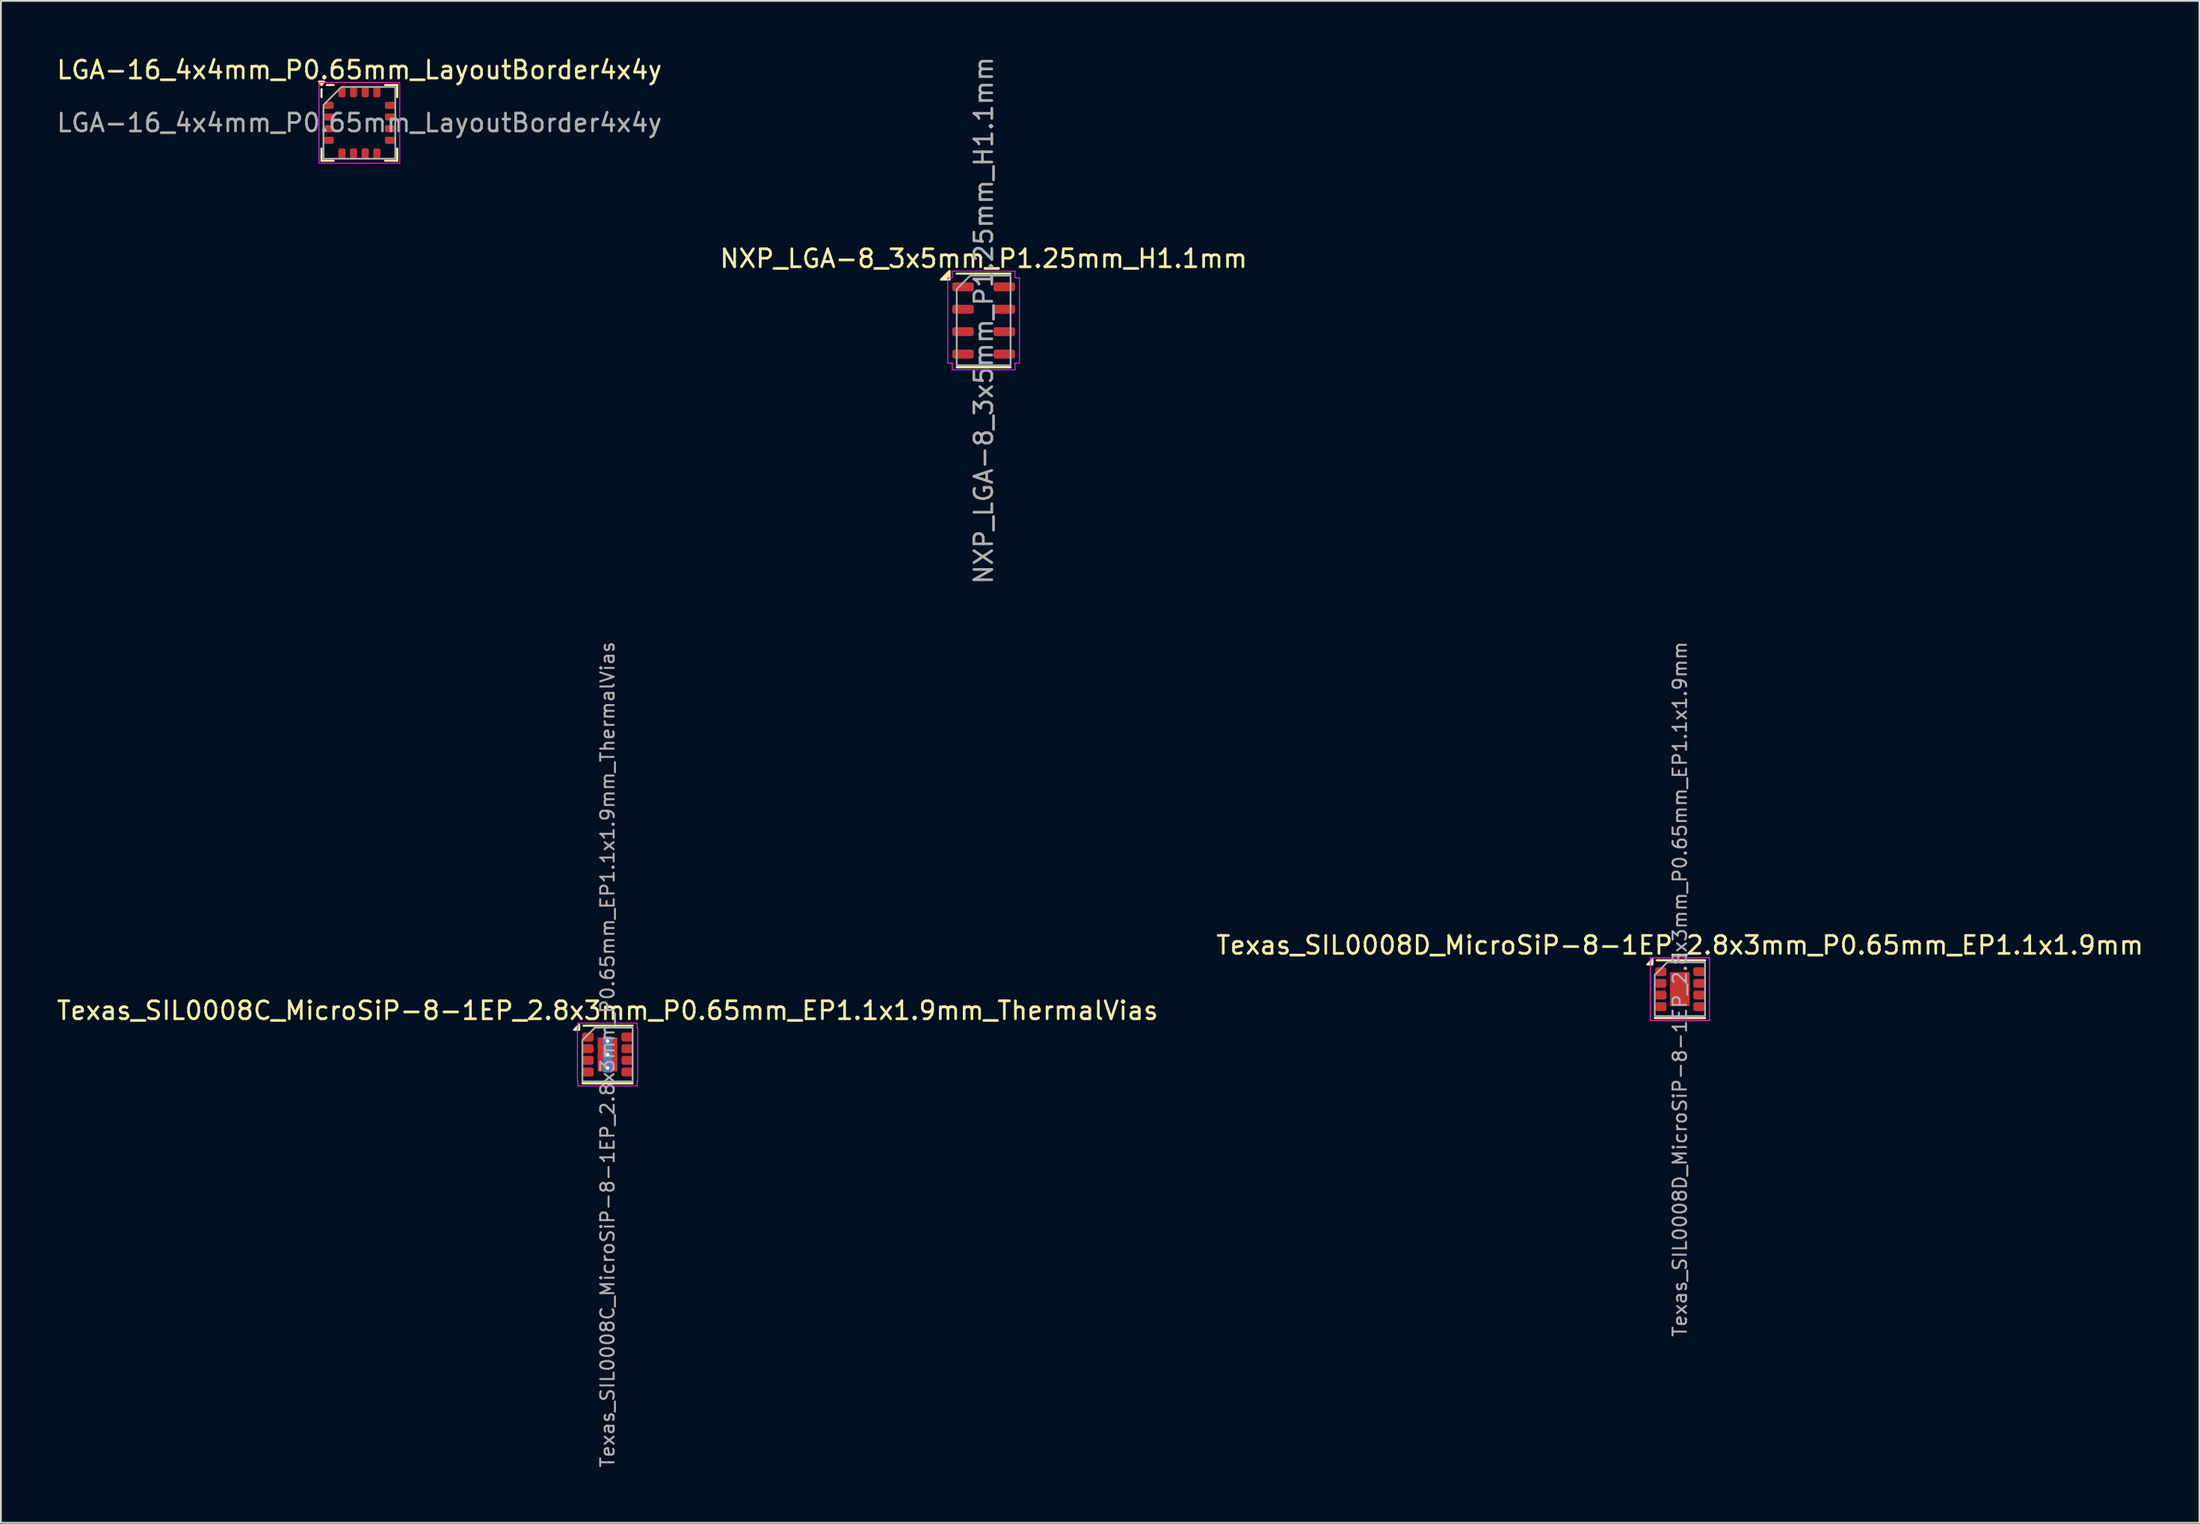
<source format=kicad_pcb>
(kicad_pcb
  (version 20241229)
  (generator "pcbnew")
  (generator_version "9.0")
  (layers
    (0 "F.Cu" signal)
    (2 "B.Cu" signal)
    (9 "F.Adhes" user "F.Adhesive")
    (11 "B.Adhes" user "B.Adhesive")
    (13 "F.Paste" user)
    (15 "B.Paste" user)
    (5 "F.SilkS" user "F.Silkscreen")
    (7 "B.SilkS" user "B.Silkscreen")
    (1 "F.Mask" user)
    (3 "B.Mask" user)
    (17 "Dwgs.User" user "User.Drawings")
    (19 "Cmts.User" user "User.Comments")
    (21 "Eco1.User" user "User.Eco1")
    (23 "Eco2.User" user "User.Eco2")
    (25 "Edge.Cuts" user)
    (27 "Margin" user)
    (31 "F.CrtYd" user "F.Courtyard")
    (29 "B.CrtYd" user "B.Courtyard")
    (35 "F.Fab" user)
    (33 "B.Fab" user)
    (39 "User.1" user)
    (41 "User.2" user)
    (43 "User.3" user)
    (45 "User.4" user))
  (footprint "Texas_SIL0008D_MicroSiP-8-1EP_2.8x3mm_P0.65mm_EP1.1x1.9mm"
    (layer "F.Cu")
    (at 90.589 52.096)
    (property "Reference" "Texas_SIL0008D_MicroSiP-8-1EP_2.8x3mm_P0.65mm_EP1.1x1.9mm" (at 0 -2.45 0) (layer "F.SilkS") (effects (font (size 1 1) (thickness 0.15))))
    (attr smd)
    (fp_line (start -1.4 1.61) (end 1.4 1.61) (stroke (width 0.12) (type solid)) (layer "F.SilkS"))
    (fp_line (start -1.29 -1.61) (end 1.4 -1.61) (stroke (width 0.12) (type solid)) (layer "F.SilkS"))
    (fp_poly (pts (xy -1.53 -1.38) (xy -1.81 -1.38) (xy -1.53 -1.66)) (stroke (width 0.12) (type solid)) (fill yes) (layer "F.SilkS"))
    (fp_rect (start 1.65 1.75) (end -1.65 -1.75) (stroke (width 0.05) (type solid)) (fill no) (layer "F.CrtYd"))
    (fp_poly (pts (xy -1.4 -0.8) (xy -1.4 1.5) (xy 1.4 1.5) (xy 1.4 -1.5) (xy -0.7 -1.5)) (stroke (width 0.1) (type solid)) (fill no) (layer "F.Fab"))
    (fp_text user "${REFERENCE}" (at 0 0 90) (layer "F.Fab") (effects (font (size 0.75 0.75) (thickness 0.11))))
    (pad "" smd roundrect (at 0 -0.63) (size 0.89 0.51) (layers "F.Paste") (roundrect_rratio 0.25))
    (pad "" smd roundrect (at 0 0) (size 0.89 0.51) (layers "F.Paste") (roundrect_rratio 0.25))
    (pad "" smd roundrect (at 0 0.63) (size 0.89 0.51) (layers "F.Paste") (roundrect_rratio 0.25))
    (pad "1" smd roundrect (at -1.062 -0.975) (size 0.625 0.5) (layers "F.Cu" "F.Mask" "F.Paste") (roundrect_rratio 0.25))
    (pad "2" smd roundrect (at -1.062 -0.325) (size 0.625 0.5) (layers "F.Cu" "F.Mask" "F.Paste") (roundrect_rratio 0.25))
    (pad "3" smd roundrect (at -1.062 0.325) (size 0.625 0.5) (layers "F.Cu" "F.Mask" "F.Paste") (roundrect_rratio 0.25))
    (pad "4" smd roundrect (at -1.062 0.975) (size 0.625 0.5) (layers "F.Cu" "F.Mask" "F.Paste") (roundrect_rratio 0.25))
    (pad "5" smd roundrect (at 1.062 0.975) (size 0.625 0.5) (layers "F.Cu" "F.Mask" "F.Paste") (roundrect_rratio 0.25))
    (pad "6" smd roundrect (at 1.062 0.325) (size 0.625 0.5) (layers "F.Cu" "F.Mask" "F.Paste") (roundrect_rratio 0.25))
    (pad "7" smd roundrect (at 1.062 -0.325) (size 0.625 0.5) (layers "F.Cu" "F.Mask" "F.Paste") (roundrect_rratio 0.25))
    (pad "8" smd roundrect (at 1.062 -0.975) (size 0.625 0.5) (layers "F.Cu" "F.Mask" "F.Paste") (roundrect_rratio 0.25))
    (pad "9" smd rect (at 0 0) (size 1.1 1.9) (property pad_prop_heatsink) (layers "F.Cu" "F.Mask")))
  (footprint "Texas_SIL0008C_MicroSiP-8-1EP_2.8x3mm_P0.65mm_EP1.1x1.9mm_ThermalVias"
    (layer "F.Cu")
    (at 30.815 55.739)
    (property "Reference" "Texas_SIL0008C_MicroSiP-8-1EP_2.8x3mm_P0.65mm_EP1.1x1.9mm_ThermalVias" (at 0 -2.45 0) (layer "F.SilkS") (effects (font (size 1 1) (thickness 0.15))))
    (attr smd)
    (fp_line (start -1.4 1.61) (end 1.4 1.61) (stroke (width 0.12) (type solid)) (layer "F.SilkS"))
    (fp_line (start -1.34 -1.61) (end 1.4 -1.61) (stroke (width 0.12) (type solid)) (layer "F.SilkS"))
    (fp_poly (pts (xy -1.58 -1.38) (xy -1.86 -1.38) (xy -1.58 -1.66)) (stroke (width 0.12) (type solid)) (fill yes) (layer "F.SilkS"))
    (fp_line (start -1.68 -1.48) (end -1.65 -1.48) (stroke (width 0.05) (type solid)) (layer "F.CrtYd"))
    (fp_line (start -1.68 1.48) (end -1.68 -1.48) (stroke (width 0.05) (type solid)) (layer "F.CrtYd"))
    (fp_line (start -1.65 -1.75) (end 1.65 -1.75) (stroke (width 0.05) (type solid)) (layer "F.CrtYd"))
    (fp_line (start -1.65 -1.48) (end -1.65 -1.75) (stroke (width 0.05) (type solid)) (layer "F.CrtYd"))
    (fp_line (start -1.65 1.48) (end -1.68 1.48) (stroke (width 0.05) (type solid)) (layer "F.CrtYd"))
    (fp_line (start -1.65 1.75) (end -1.65 1.48) (stroke (width 0.05) (type solid)) (layer "F.CrtYd"))
    (fp_line (start 1.65 -1.75) (end 1.65 -1.48) (stroke (width 0.05) (type solid)) (layer "F.CrtYd"))
    (fp_line (start 1.65 -1.48) (end 1.68 -1.48) (stroke (width 0.05) (type solid)) (layer "F.CrtYd"))
    (fp_line (start 1.65 1.48) (end 1.65 1.75) (stroke (width 0.05) (type solid)) (layer "F.CrtYd"))
    (fp_line (start 1.65 1.75) (end -1.65 1.75) (stroke (width 0.05) (type solid)) (layer "F.CrtYd"))
    (fp_line (start 1.68 -1.48) (end 1.68 1.48) (stroke (width 0.05) (type solid)) (layer "F.CrtYd"))
    (fp_line (start 1.68 1.48) (end 1.65 1.48) (stroke (width 0.05) (type solid)) (layer "F.CrtYd"))
    (fp_poly (pts (xy -1.4 -0.8) (xy -1.4 1.5) (xy 1.4 1.5) (xy 1.4 -1.5) (xy -0.7 -1.5)) (stroke (width 0.1) (type solid)) (fill no) (layer "F.Fab"))
    (fp_text user "${REFERENCE}" (at 0 0 90) (layer "F.Fab") (effects (font (size 0.75 0.75) (thickness 0.11))))
    (pad "" smd roundrect (at 0 -0.475) (size 1.01 0.88) (layers "F.Paste") (roundrect_rratio 0.25))
    (pad "" smd roundrect (at 0 0.475) (size 1.01 0.88) (layers "F.Paste") (roundrect_rratio 0.25))
    (pad "1" smd roundrect (at -1.1 -0.975) (size 0.65 0.5) (layers "F.Cu" "F.Mask" "F.Paste") (roundrect_rratio 0.25))
    (pad "2" smd roundrect (at -1.1 -0.325) (size 0.65 0.5) (layers "F.Cu" "F.Mask" "F.Paste") (roundrect_rratio 0.25))
    (pad "3" smd roundrect (at -1.1 0.325) (size 0.65 0.5) (layers "F.Cu" "F.Mask" "F.Paste") (roundrect_rratio 0.25))
    (pad "4" smd roundrect (at -1.1 0.975) (size 0.65 0.5) (layers "F.Cu" "F.Mask" "F.Paste") (roundrect_rratio 0.25))
    (pad "5" smd roundrect (at 1.1 0.975) (size 0.65 0.5) (layers "F.Cu" "F.Mask" "F.Paste") (roundrect_rratio 0.25))
    (pad "6" smd roundrect (at 1.1 0.325) (size 0.65 0.5) (layers "F.Cu" "F.Mask" "F.Paste") (roundrect_rratio 0.25))
    (pad "7" smd roundrect (at 1.1 -0.325) (size 0.65 0.5) (layers "F.Cu" "F.Mask" "F.Paste") (roundrect_rratio 0.25))
    (pad "8" smd roundrect (at 1.1 -0.975) (size 0.65 0.5) (layers "F.Cu" "F.Mask" "F.Paste") (roundrect_rratio 0.25))
    (pad "9" thru_hole circle (at 0 -0.75) (size 0.5 0.5) (drill 0.2) (property pad_prop_heatsink) (layers "*.Cu"))
    (pad "9" thru_hole circle (at 0 0) (size 0.5 0.5) (drill 0.2) (property pad_prop_heatsink) (layers "*.Cu"))
    (pad "9" smd rect (at 0 0) (size 0.5 2) (property pad_prop_heatsink) (layers "B.Cu"))
    (pad "9" smd rect (at 0 0) (size 1.1 1.9) (property pad_prop_heatsink) (layers "F.Cu" "F.Mask"))
    (pad "9" thru_hole circle (at 0 0.75) (size 0.5 0.5) (drill 0.2) (property pad_prop_heatsink) (layers "*.Cu")))
  (footprint "LGA-16_4x4mm_P0.65mm_LayoutBorder4x4y"
    (layer "F.Cu")
    (at 16.982 3.798)
    (property "Reference" "LGA-16_4x4mm_P0.65mm_LayoutBorder4x4y" (at 0 -2.95 0) (layer "F.SilkS") (effects (font (size 1 1) (thickness 0.15))))
    (attr smd)
    (fp_line (start -2.11 -1.435) (end -2.11 -1.87) (stroke (width 0.12) (type solid)) (layer "F.SilkS"))
    (fp_line (start -2.11 2.11) (end -2.11 1.435) (stroke (width 0.12) (type solid)) (layer "F.SilkS"))
    (fp_line (start -1.435 -2.11) (end -1.81 -2.11) (stroke (width 0.12) (type solid)) (layer "F.SilkS"))
    (fp_line (start -1.435 2.11) (end -2.11 2.11) (stroke (width 0.12) (type solid)) (layer "F.SilkS"))
    (fp_line (start 1.435 -2.11) (end 2.11 -2.11) (stroke (width 0.12) (type solid)) (layer "F.SilkS"))
    (fp_line (start 1.435 2.11) (end 2.11 2.11) (stroke (width 0.12) (type solid)) (layer "F.SilkS"))
    (fp_line (start 2.11 -2.11) (end 2.11 -1.435) (stroke (width 0.12) (type solid)) (layer "F.SilkS"))
    (fp_line (start 2.11 2.11) (end 2.11 1.435) (stroke (width 0.12) (type solid)) (layer "F.SilkS"))
    (fp_poly (pts (xy -2.11 -2.11) (xy -2.25 -2.3) (xy -1.97 -2.3)) (stroke (width 0.12) (type solid)) (fill yes) (layer "F.SilkS"))
    (fp_rect (start 2.25 2.25) (end -2.25 -2.25) (stroke (width 0.05) (type solid)) (fill no) (layer "F.CrtYd"))
    (fp_poly (pts (xy -2 -1) (xy -2 2) (xy 2 2) (xy 2 -2) (xy -1 -2)) (stroke (width 0.1) (type solid)) (fill no) (layer "F.Fab"))
    (fp_text user "${REFERENCE}" (at 0 0 0) (layer "F.Fab") (effects (font (size 1 1) (thickness 0.15))))
    (pad "1" smd roundrect (at -1.7 -0.975) (size 0.55 0.4) (layers "F.Cu" "F.Mask" "F.Paste") (roundrect_rratio 0.25))
    (pad "2" smd roundrect (at -1.7 -0.325) (size 0.55 0.4) (layers "F.Cu" "F.Mask" "F.Paste") (roundrect_rratio 0.25))
    (pad "3" smd roundrect (at -1.7 0.325) (size 0.55 0.4) (layers "F.Cu" "F.Mask" "F.Paste") (roundrect_rratio 0.25))
    (pad "4" smd roundrect (at -1.7 0.975) (size 0.55 0.4) (layers "F.Cu" "F.Mask" "F.Paste") (roundrect_rratio 0.25))
    (pad "5" smd roundrect (at -0.975 1.7) (size 0.4 0.55) (layers "F.Cu" "F.Mask" "F.Paste") (roundrect_rratio 0.25))
    (pad "6" smd roundrect (at -0.325 1.7) (size 0.4 0.55) (layers "F.Cu" "F.Mask" "F.Paste") (roundrect_rratio 0.25))
    (pad "7" smd roundrect (at 0.325 1.7) (size 0.4 0.55) (layers "F.Cu" "F.Mask" "F.Paste") (roundrect_rratio 0.25))
    (pad "8" smd roundrect (at 0.975 1.7) (size 0.4 0.55) (layers "F.Cu" "F.Mask" "F.Paste") (roundrect_rratio 0.25))
    (pad "9" smd roundrect (at 1.7 0.975) (size 0.55 0.4) (layers "F.Cu" "F.Mask" "F.Paste") (roundrect_rratio 0.25))
    (pad "10" smd roundrect (at 1.7 0.325) (size 0.55 0.4) (layers "F.Cu" "F.Mask" "F.Paste") (roundrect_rratio 0.25))
    (pad "11" smd roundrect (at 1.7 -0.325) (size 0.55 0.4) (layers "F.Cu" "F.Mask" "F.Paste") (roundrect_rratio 0.25))
    (pad "12" smd roundrect (at 1.7 -0.975) (size 0.55 0.4) (layers "F.Cu" "F.Mask" "F.Paste") (roundrect_rratio 0.25))
    (pad "13" smd roundrect (at 0.975 -1.7) (size 0.4 0.55) (layers "F.Cu" "F.Mask" "F.Paste") (roundrect_rratio 0.25))
    (pad "14" smd roundrect (at 0.325 -1.7) (size 0.4 0.55) (layers "F.Cu" "F.Mask" "F.Paste") (roundrect_rratio 0.25))
    (pad "15" smd roundrect (at -0.325 -1.7) (size 0.4 0.55) (layers "F.Cu" "F.Mask" "F.Paste") (roundrect_rratio 0.25))
    (pad "16" smd roundrect (at -0.975 -1.7) (size 0.4 0.55) (layers "F.Cu" "F.Mask" "F.Paste") (roundrect_rratio 0.25)))
  (footprint "NXP_LGA-8_3x5mm_P1.25mm_H1.1mm"
    (layer "F.Cu")
    (at 51.78 14.815)
    (property "Reference" "NXP_LGA-8_3x5mm_P1.25mm_H1.1mm" (at 0 -3.45 0) (layer "F.SilkS") (effects (font (size 1 1) (thickness 0.15))))
    (attr smd)
    (fp_line (start -1.5 -2.61) (end 1.5 -2.61) (stroke (width 0.12) (type solid)) (layer "F.SilkS"))
    (fp_line (start -1.5 2.61) (end 1.5 2.61) (stroke (width 0.12) (type solid)) (layer "F.SilkS"))
    (fp_poly (pts (xy -1.9 -2.28) (xy -2.38 -2.28) (xy -1.9 -2.76)) (stroke (width 0.12) (type solid)) (fill yes) (layer "F.SilkS"))
    (fp_line (start -2 -2.38) (end -1.75 -2.38) (stroke (width 0.05) (type solid)) (layer "F.CrtYd"))
    (fp_line (start -2 2.38) (end -2 -2.38) (stroke (width 0.05) (type solid)) (layer "F.CrtYd"))
    (fp_line (start -1.75 -2.75) (end 1.75 -2.75) (stroke (width 0.05) (type solid)) (layer "F.CrtYd"))
    (fp_line (start -1.75 -2.38) (end -1.75 -2.75) (stroke (width 0.05) (type solid)) (layer "F.CrtYd"))
    (fp_line (start -1.75 2.38) (end -2 2.38) (stroke (width 0.05) (type solid)) (layer "F.CrtYd"))
    (fp_line (start -1.75 2.75) (end -1.75 2.38) (stroke (width 0.05) (type solid)) (layer "F.CrtYd"))
    (fp_line (start 1.75 -2.75) (end 1.75 -2.38) (stroke (width 0.05) (type solid)) (layer "F.CrtYd"))
    (fp_line (start 1.75 -2.38) (end 2 -2.38) (stroke (width 0.05) (type solid)) (layer "F.CrtYd"))
    (fp_line (start 1.75 2.38) (end 1.75 2.75) (stroke (width 0.05) (type solid)) (layer "F.CrtYd"))
    (fp_line (start 1.75 2.75) (end -1.75 2.75) (stroke (width 0.05) (type solid)) (layer "F.CrtYd"))
    (fp_line (start 2 -2.38) (end 2 2.38) (stroke (width 0.05) (type solid)) (layer "F.CrtYd"))
    (fp_line (start 2 2.38) (end 1.75 2.38) (stroke (width 0.05) (type solid)) (layer "F.CrtYd"))
    (fp_poly (pts (xy -1.5 -1.75) (xy -1.5 2.5) (xy 1.5 2.5) (xy 1.5 -2.5) (xy -0.75 -2.5)) (stroke (width 0.1) (type solid)) (fill no) (layer "F.Fab"))
    (fp_text user "${REFERENCE}" (at 0 0 90) (layer "F.Fab") (effects (font (size 1 1) (thickness 0.15))))
    (pad "1" smd roundrect (at -1.15 -1.875) (size 1.2 0.5) (layers "F.Cu" "F.Mask" "F.Paste") (roundrect_rratio 0.25))
    (pad "2" smd roundrect (at -1.15 -0.625) (size 1.2 0.5) (layers "F.Cu" "F.Mask" "F.Paste") (roundrect_rratio 0.25))
    (pad "3" smd roundrect (at -1.15 0.625) (size 1.2 0.5) (layers "F.Cu" "F.Mask" "F.Paste") (roundrect_rratio 0.25))
    (pad "4" smd roundrect (at -1.15 1.875) (size 1.2 0.5) (layers "F.Cu" "F.Mask" "F.Paste") (roundrect_rratio 0.25))
    (pad "5" smd roundrect (at 1.15 1.875) (size 1.2 0.5) (layers "F.Cu" "F.Mask" "F.Paste") (roundrect_rratio 0.25))
    (pad "6" smd roundrect (at 1.15 0.625) (size 1.2 0.5) (layers "F.Cu" "F.Mask" "F.Paste") (roundrect_rratio 0.25))
    (pad "7" smd roundrect (at 1.15 -0.625) (size 1.2 0.5) (layers "F.Cu" "F.Mask" "F.Paste") (roundrect_rratio 0.25))
    (pad "8" smd roundrect (at 1.15 -1.875) (size 1.2 0.5) (layers "F.Cu" "F.Mask" "F.Paste") (roundrect_rratio 0.25)))
  (gr_rect
    (start -3 -3)
    (end 119.548 81.847)
    (stroke (width 0.1) (type default))
    (fill no)
    (layer "Edge.Cuts")))
</source>
